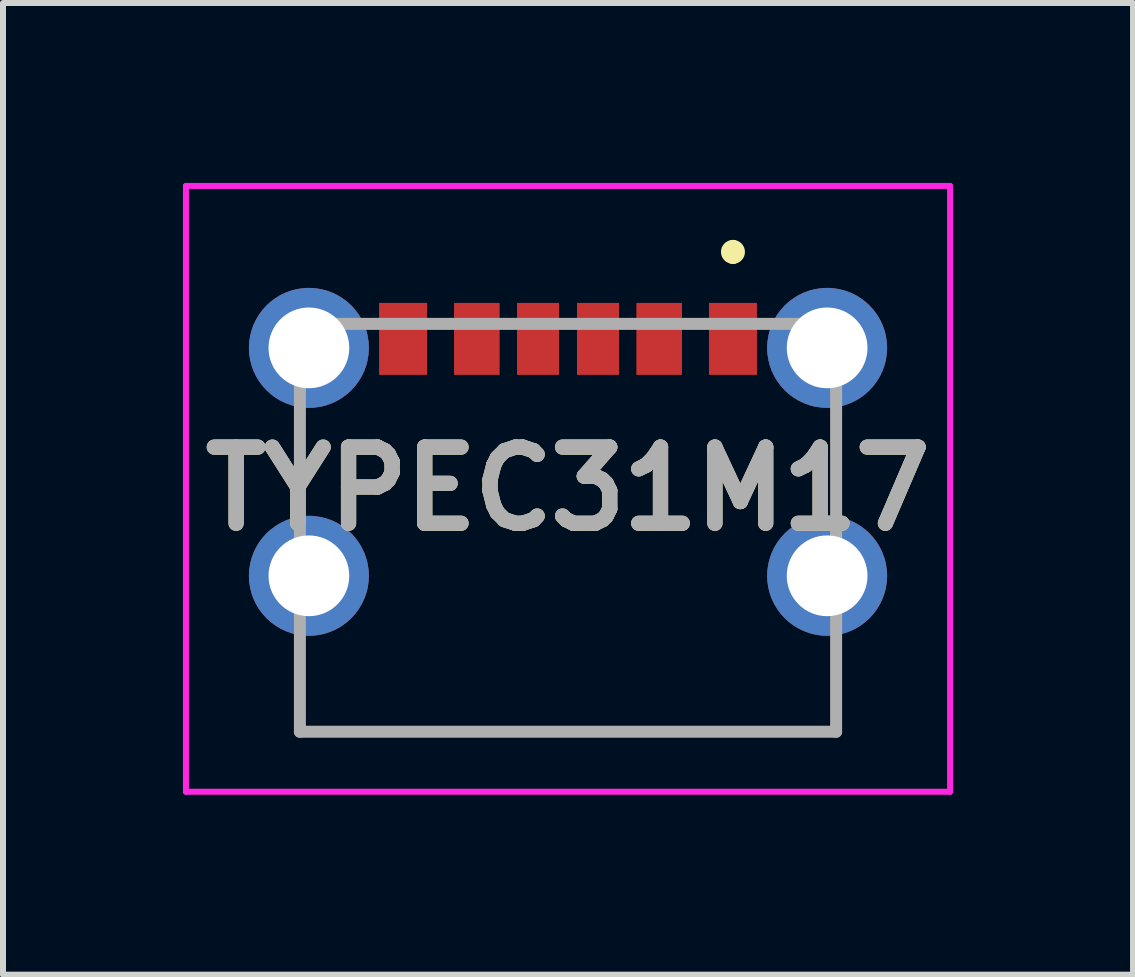
<source format=kicad_pcb>
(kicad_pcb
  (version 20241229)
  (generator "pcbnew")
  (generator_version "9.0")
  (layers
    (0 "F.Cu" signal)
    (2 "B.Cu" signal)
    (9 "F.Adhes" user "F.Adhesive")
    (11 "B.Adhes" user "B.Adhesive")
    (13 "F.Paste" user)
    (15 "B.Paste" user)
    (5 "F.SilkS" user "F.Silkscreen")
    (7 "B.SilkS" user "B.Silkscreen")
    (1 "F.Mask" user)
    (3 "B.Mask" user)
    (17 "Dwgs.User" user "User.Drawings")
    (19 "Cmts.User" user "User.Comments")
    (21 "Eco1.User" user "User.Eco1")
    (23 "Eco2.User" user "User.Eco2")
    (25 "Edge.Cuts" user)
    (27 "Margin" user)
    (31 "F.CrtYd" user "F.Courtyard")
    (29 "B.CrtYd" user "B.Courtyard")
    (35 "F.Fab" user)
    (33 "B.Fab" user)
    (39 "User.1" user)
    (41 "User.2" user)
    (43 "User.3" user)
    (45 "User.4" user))
  (footprint "TYPEC31M17"
    (layer "F.Cu")
    (at 6.42 5.1)
    (property "Reference" "TYPEC31M17" (at 0 0 0) (layer "F.SilkS") (effects (font (size 1.27 1.27) (thickness 0.254))))
    (attr through_hole)
    (fp_line (start -4.47 4.05) (end 4.32 4.05) (stroke (width 0.1) (type solid)) (layer "F.SilkS"))
    (fp_line (start 2.75 -4.05) (end 2.75 -4.05) (stroke (width 0.2) (type solid)) (layer "F.SilkS"))
    (fp_line (start 2.75 -3.85) (end 2.75 -3.85) (stroke (width 0.2) (type solid)) (layer "F.SilkS"))
    (fp_arc (start 2.75 -4.05) (mid 2.85 -3.95) (end 2.75 -3.85) (stroke (width 0.2) (type solid)) (layer "F.SilkS"))
    (fp_arc (start 2.75 -3.85) (mid 2.65 -3.95) (end 2.75 -4.05) (stroke (width 0.2) (type solid)) (layer "F.SilkS"))
    (fp_line (start -6.37 -5.05) (end 6.37 -5.05) (stroke (width 0.1) (type solid)) (layer "F.CrtYd"))
    (fp_line (start -6.37 5.05) (end -6.37 -5.05) (stroke (width 0.1) (type solid)) (layer "F.CrtYd"))
    (fp_line (start 6.37 -5.05) (end 6.37 5.05) (stroke (width 0.1) (type solid)) (layer "F.CrtYd"))
    (fp_line (start 6.37 5.05) (end -6.37 5.05) (stroke (width 0.1) (type solid)) (layer "F.CrtYd"))
    (fp_line (start -4.47 -2.75) (end 4.47 -2.75) (stroke (width 0.2) (type solid)) (layer "F.Fab"))
    (fp_line (start -4.47 4.05) (end -4.47 -2.75) (stroke (width 0.2) (type solid)) (layer "F.Fab"))
    (fp_line (start 4.47 -2.75) (end 4.47 4.05) (stroke (width 0.2) (type solid)) (layer "F.Fab"))
    (fp_line (start 4.47 4.05) (end -4.47 4.05) (stroke (width 0.2) (type solid)) (layer "F.Fab"))
    (fp_text user "${REFERENCE}" (at 0 0 0) (layer "F.Fab") (effects (font (size 1.27 1.27) (thickness 0.254))))
    (pad "A5" smd rect (at -0.5 -2.5) (size 0.7 1.2) (layers "F.Cu" "F.Mask" "F.Paste"))
    (pad "A9" smd rect (at 1.52 -2.5) (size 0.76 1.2) (layers "F.Cu" "F.Mask" "F.Paste"))
    (pad "A12" smd rect (at 2.75 -2.5) (size 0.8 1.2) (layers "F.Cu" "F.Mask" "F.Paste"))
    (pad "B5" smd rect (at 0.5 -2.5) (size 0.7 1.2) (layers "F.Cu" "F.Mask" "F.Paste"))
    (pad "B9" smd rect (at -1.52 -2.5) (size 0.76 1.2) (layers "F.Cu" "F.Mask" "F.Paste"))
    (pad "B12" smd rect (at -2.75 -2.5) (size 0.8 1.2) (layers "F.Cu" "F.Mask" "F.Paste"))
    (pad "MH1" thru_hole circle (at -4.32 1.45) (size 2 2) (drill 1.346) (layers "*.Cu" "*.Mask"))
    (pad "MH2" thru_hole circle (at 4.32 1.45) (size 2 2) (drill 1.346) (layers "*.Cu" "*.Mask"))
    (pad "MH3" thru_hole circle (at 4.32 -2.35) (size 2 2) (drill 1.346) (layers "*.Cu" "*.Mask"))
    (pad "MH4" thru_hole circle (at -4.32 -2.35) (size 2 2) (drill 1.346) (layers "*.Cu" "*.Mask")))
  (gr_rect
    (start -3 -3)
    (end 15.84 13.2)
    (stroke (width 0.1) (type default))
    (fill no)
    (layer "Edge.Cuts")))
</source>
